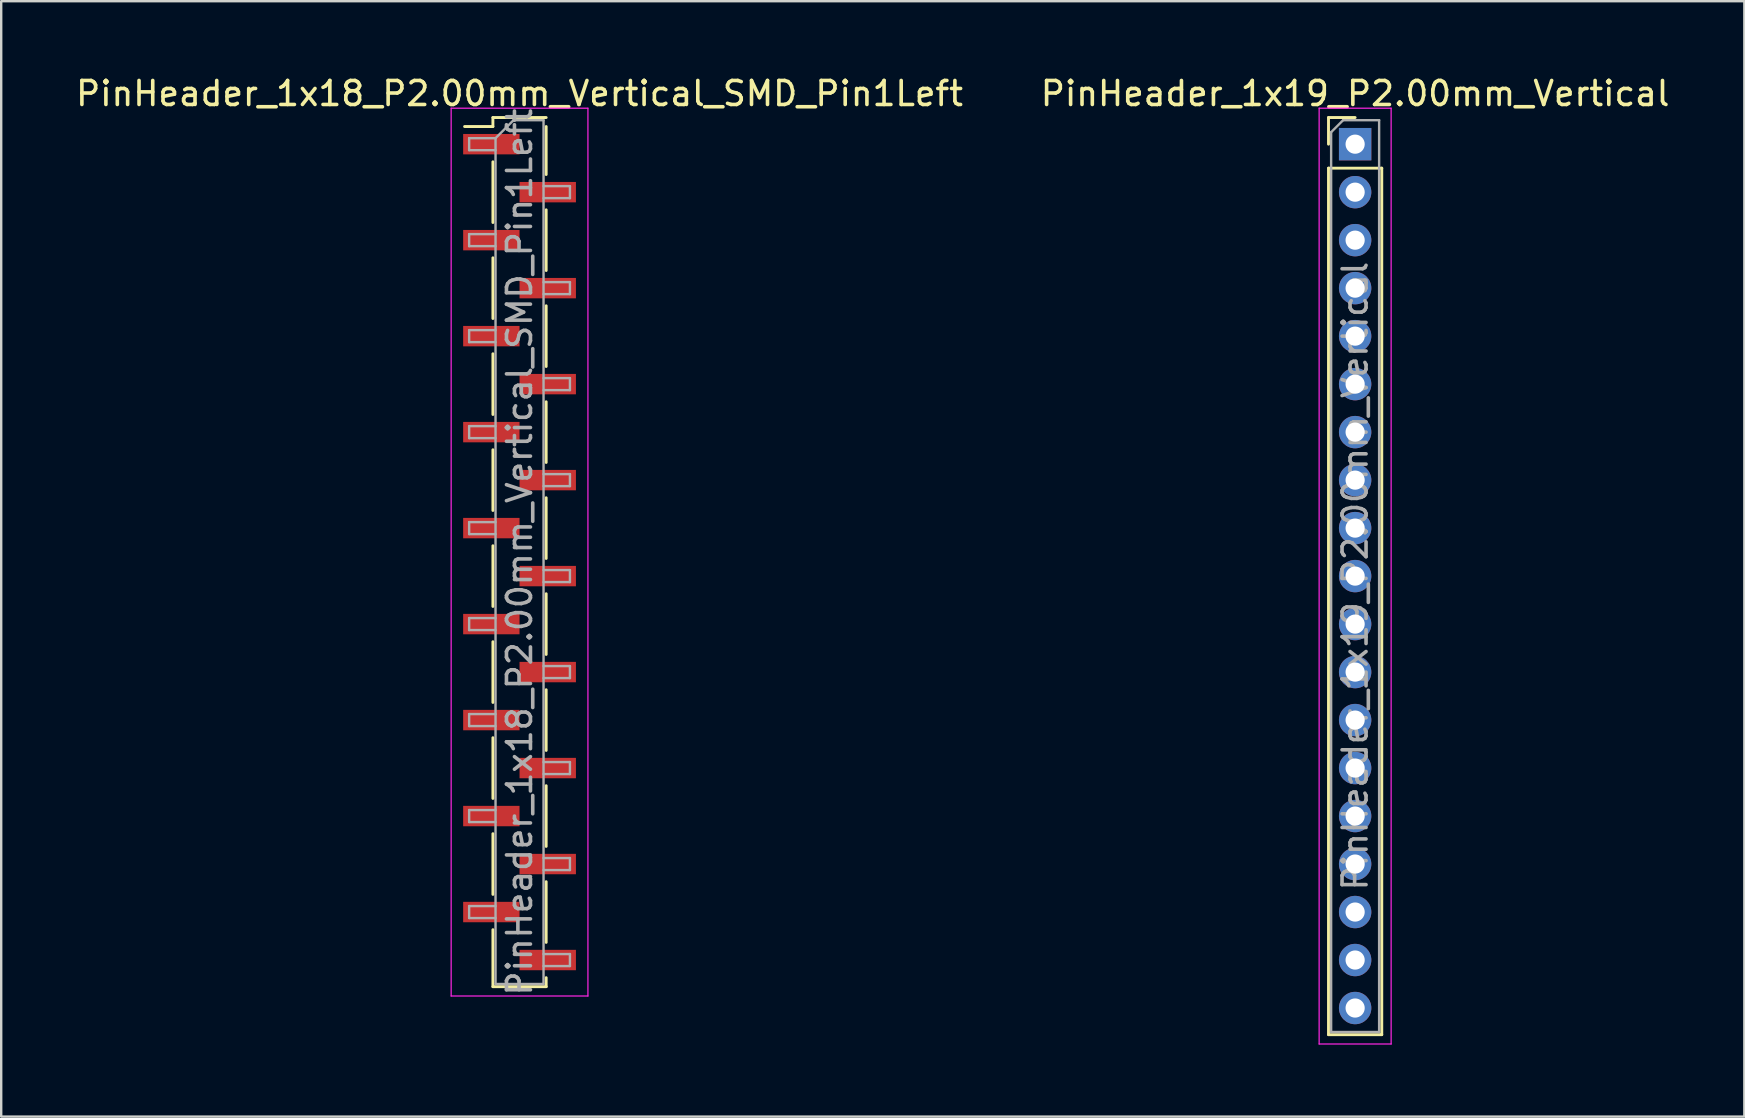
<source format=kicad_pcb>
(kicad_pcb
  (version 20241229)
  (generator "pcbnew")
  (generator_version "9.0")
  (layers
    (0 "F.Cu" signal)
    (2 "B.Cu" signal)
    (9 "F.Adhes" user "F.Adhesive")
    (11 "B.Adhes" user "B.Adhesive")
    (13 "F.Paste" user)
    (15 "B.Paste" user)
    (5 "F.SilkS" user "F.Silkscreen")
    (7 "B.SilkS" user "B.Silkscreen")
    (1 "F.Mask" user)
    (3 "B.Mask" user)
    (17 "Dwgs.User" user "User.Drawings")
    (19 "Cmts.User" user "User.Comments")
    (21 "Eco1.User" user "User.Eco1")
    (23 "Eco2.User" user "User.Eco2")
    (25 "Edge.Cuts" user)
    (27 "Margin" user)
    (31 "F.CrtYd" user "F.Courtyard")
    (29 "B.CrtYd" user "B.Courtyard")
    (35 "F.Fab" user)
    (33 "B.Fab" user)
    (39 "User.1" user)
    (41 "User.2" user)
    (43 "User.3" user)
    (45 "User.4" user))
  (footprint "PinHeader_1x18_P2.00mm_Vertical_SMD_Pin1Left"
    (layer "F.Cu")
    (at 18.601 19.958)
    (property "Reference" "PinHeader_1x18_P2.00mm_Vertical_SMD_Pin1Left" (at 0 -19.11 0) (layer "F.SilkS") (effects (font (size 1 1) (thickness 0.15))))
    (attr smd)
    (fp_line (start -1.11 -18.11) (end -1.11 -17.735) (stroke (width 0.12) (type solid)) (layer "F.SilkS"))
    (fp_line (start -1.11 -18.11) (end 1.11 -18.11) (stroke (width 0.12) (type solid)) (layer "F.SilkS"))
    (fp_line (start -1.11 -17.735) (end -2.29 -17.735) (stroke (width 0.12) (type solid)) (layer "F.SilkS"))
    (fp_line (start -1.11 -16.265) (end -1.11 -13.735) (stroke (width 0.12) (type solid)) (layer "F.SilkS"))
    (fp_line (start -1.11 -12.265) (end -1.11 -9.735) (stroke (width 0.12) (type solid)) (layer "F.SilkS"))
    (fp_line (start -1.11 -8.265) (end -1.11 -5.735) (stroke (width 0.12) (type solid)) (layer "F.SilkS"))
    (fp_line (start -1.11 -4.265) (end -1.11 -1.735) (stroke (width 0.12) (type solid)) (layer "F.SilkS"))
    (fp_line (start -1.11 -0.265) (end -1.11 2.265) (stroke (width 0.12) (type solid)) (layer "F.SilkS"))
    (fp_line (start -1.11 3.735) (end -1.11 6.265) (stroke (width 0.12) (type solid)) (layer "F.SilkS"))
    (fp_line (start -1.11 7.735) (end -1.11 10.265) (stroke (width 0.12) (type solid)) (layer "F.SilkS"))
    (fp_line (start -1.11 11.735) (end -1.11 14.265) (stroke (width 0.12) (type solid)) (layer "F.SilkS"))
    (fp_line (start -1.11 15.735) (end -1.11 18.11) (stroke (width 0.12) (type solid)) (layer "F.SilkS"))
    (fp_line (start -1.11 18.11) (end 1.11 18.11) (stroke (width 0.12) (type solid)) (layer "F.SilkS"))
    (fp_line (start 1.11 -17.735) (end 1.11 -15.735) (stroke (width 0.12) (type solid)) (layer "F.SilkS"))
    (fp_line (start 1.11 -14.265) (end 1.11 -11.735) (stroke (width 0.12) (type solid)) (layer "F.SilkS"))
    (fp_line (start 1.11 -10.265) (end 1.11 -7.735) (stroke (width 0.12) (type solid)) (layer "F.SilkS"))
    (fp_line (start 1.11 -6.265) (end 1.11 -3.735) (stroke (width 0.12) (type solid)) (layer "F.SilkS"))
    (fp_line (start 1.11 -2.265) (end 1.11 0.265) (stroke (width 0.12) (type solid)) (layer "F.SilkS"))
    (fp_line (start 1.11 1.735) (end 1.11 4.265) (stroke (width 0.12) (type solid)) (layer "F.SilkS"))
    (fp_line (start 1.11 5.735) (end 1.11 8.265) (stroke (width 0.12) (type solid)) (layer "F.SilkS"))
    (fp_line (start 1.11 9.735) (end 1.11 12.265) (stroke (width 0.12) (type solid)) (layer "F.SilkS"))
    (fp_line (start 1.11 13.735) (end 1.11 16.265) (stroke (width 0.12) (type solid)) (layer "F.SilkS"))
    (fp_line (start 1.11 17.735) (end 1.11 18.11) (stroke (width 0.12) (type solid)) (layer "F.SilkS"))
    (fp_line (start -2.85 -18.5) (end -2.85 18.5) (stroke (width 0.05) (type solid)) (layer "F.CrtYd"))
    (fp_line (start -2.85 18.5) (end 2.85 18.5) (stroke (width 0.05) (type solid)) (layer "F.CrtYd"))
    (fp_line (start 2.85 -18.5) (end -2.85 -18.5) (stroke (width 0.05) (type solid)) (layer "F.CrtYd"))
    (fp_line (start 2.85 18.5) (end 2.85 -18.5) (stroke (width 0.05) (type solid)) (layer "F.CrtYd"))
    (fp_line (start -2.1 -17.25) (end -2.1 -16.75) (stroke (width 0.1) (type solid)) (layer "F.Fab"))
    (fp_line (start -2.1 -16.75) (end -1 -16.75) (stroke (width 0.1) (type solid)) (layer "F.Fab"))
    (fp_line (start -2.1 -13.25) (end -2.1 -12.75) (stroke (width 0.1) (type solid)) (layer "F.Fab"))
    (fp_line (start -2.1 -12.75) (end -1 -12.75) (stroke (width 0.1) (type solid)) (layer "F.Fab"))
    (fp_line (start -2.1 -9.25) (end -2.1 -8.75) (stroke (width 0.1) (type solid)) (layer "F.Fab"))
    (fp_line (start -2.1 -8.75) (end -1 -8.75) (stroke (width 0.1) (type solid)) (layer "F.Fab"))
    (fp_line (start -2.1 -5.25) (end -2.1 -4.75) (stroke (width 0.1) (type solid)) (layer "F.Fab"))
    (fp_line (start -2.1 -4.75) (end -1 -4.75) (stroke (width 0.1) (type solid)) (layer "F.Fab"))
    (fp_line (start -2.1 -1.25) (end -2.1 -0.75) (stroke (width 0.1) (type solid)) (layer "F.Fab"))
    (fp_line (start -2.1 -0.75) (end -1 -0.75) (stroke (width 0.1) (type solid)) (layer "F.Fab"))
    (fp_line (start -2.1 2.75) (end -2.1 3.25) (stroke (width 0.1) (type solid)) (layer "F.Fab"))
    (fp_line (start -2.1 3.25) (end -1 3.25) (stroke (width 0.1) (type solid)) (layer "F.Fab"))
    (fp_line (start -2.1 6.75) (end -2.1 7.25) (stroke (width 0.1) (type solid)) (layer "F.Fab"))
    (fp_line (start -2.1 7.25) (end -1 7.25) (stroke (width 0.1) (type solid)) (layer "F.Fab"))
    (fp_line (start -2.1 10.75) (end -2.1 11.25) (stroke (width 0.1) (type solid)) (layer "F.Fab"))
    (fp_line (start -2.1 11.25) (end -1 11.25) (stroke (width 0.1) (type solid)) (layer "F.Fab"))
    (fp_line (start -2.1 14.75) (end -2.1 15.25) (stroke (width 0.1) (type solid)) (layer "F.Fab"))
    (fp_line (start -2.1 15.25) (end -1 15.25) (stroke (width 0.1) (type solid)) (layer "F.Fab"))
    (fp_line (start -1 -17.25) (end -2.1 -17.25) (stroke (width 0.1) (type solid)) (layer "F.Fab"))
    (fp_line (start -1 -17.25) (end -0.25 -18) (stroke (width 0.1) (type solid)) (layer "F.Fab"))
    (fp_line (start -1 -13.25) (end -2.1 -13.25) (stroke (width 0.1) (type solid)) (layer "F.Fab"))
    (fp_line (start -1 -9.25) (end -2.1 -9.25) (stroke (width 0.1) (type solid)) (layer "F.Fab"))
    (fp_line (start -1 -5.25) (end -2.1 -5.25) (stroke (width 0.1) (type solid)) (layer "F.Fab"))
    (fp_line (start -1 -1.25) (end -2.1 -1.25) (stroke (width 0.1) (type solid)) (layer "F.Fab"))
    (fp_line (start -1 2.75) (end -2.1 2.75) (stroke (width 0.1) (type solid)) (layer "F.Fab"))
    (fp_line (start -1 6.75) (end -2.1 6.75) (stroke (width 0.1) (type solid)) (layer "F.Fab"))
    (fp_line (start -1 10.75) (end -2.1 10.75) (stroke (width 0.1) (type solid)) (layer "F.Fab"))
    (fp_line (start -1 14.75) (end -2.1 14.75) (stroke (width 0.1) (type solid)) (layer "F.Fab"))
    (fp_line (start -1 18) (end -1 -17.25) (stroke (width 0.1) (type solid)) (layer "F.Fab"))
    (fp_line (start -0.25 -18) (end 1 -18) (stroke (width 0.1) (type solid)) (layer "F.Fab"))
    (fp_line (start 1 -18) (end 1 18) (stroke (width 0.1) (type solid)) (layer "F.Fab"))
    (fp_line (start 1 -15.25) (end 2.1 -15.25) (stroke (width 0.1) (type solid)) (layer "F.Fab"))
    (fp_line (start 1 -11.25) (end 2.1 -11.25) (stroke (width 0.1) (type solid)) (layer "F.Fab"))
    (fp_line (start 1 -7.25) (end 2.1 -7.25) (stroke (width 0.1) (type solid)) (layer "F.Fab"))
    (fp_line (start 1 -3.25) (end 2.1 -3.25) (stroke (width 0.1) (type solid)) (layer "F.Fab"))
    (fp_line (start 1 0.75) (end 2.1 0.75) (stroke (width 0.1) (type solid)) (layer "F.Fab"))
    (fp_line (start 1 4.75) (end 2.1 4.75) (stroke (width 0.1) (type solid)) (layer "F.Fab"))
    (fp_line (start 1 8.75) (end 2.1 8.75) (stroke (width 0.1) (type solid)) (layer "F.Fab"))
    (fp_line (start 1 12.75) (end 2.1 12.75) (stroke (width 0.1) (type solid)) (layer "F.Fab"))
    (fp_line (start 1 16.75) (end 2.1 16.75) (stroke (width 0.1) (type solid)) (layer "F.Fab"))
    (fp_line (start 1 18) (end -1 18) (stroke (width 0.1) (type solid)) (layer "F.Fab"))
    (fp_line (start 2.1 -15.25) (end 2.1 -14.75) (stroke (width 0.1) (type solid)) (layer "F.Fab"))
    (fp_line (start 2.1 -14.75) (end 1 -14.75) (stroke (width 0.1) (type solid)) (layer "F.Fab"))
    (fp_line (start 2.1 -11.25) (end 2.1 -10.75) (stroke (width 0.1) (type solid)) (layer "F.Fab"))
    (fp_line (start 2.1 -10.75) (end 1 -10.75) (stroke (width 0.1) (type solid)) (layer "F.Fab"))
    (fp_line (start 2.1 -7.25) (end 2.1 -6.75) (stroke (width 0.1) (type solid)) (layer "F.Fab"))
    (fp_line (start 2.1 -6.75) (end 1 -6.75) (stroke (width 0.1) (type solid)) (layer "F.Fab"))
    (fp_line (start 2.1 -3.25) (end 2.1 -2.75) (stroke (width 0.1) (type solid)) (layer "F.Fab"))
    (fp_line (start 2.1 -2.75) (end 1 -2.75) (stroke (width 0.1) (type solid)) (layer "F.Fab"))
    (fp_line (start 2.1 0.75) (end 2.1 1.25) (stroke (width 0.1) (type solid)) (layer "F.Fab"))
    (fp_line (start 2.1 1.25) (end 1 1.25) (stroke (width 0.1) (type solid)) (layer "F.Fab"))
    (fp_line (start 2.1 4.75) (end 2.1 5.25) (stroke (width 0.1) (type solid)) (layer "F.Fab"))
    (fp_line (start 2.1 5.25) (end 1 5.25) (stroke (width 0.1) (type solid)) (layer "F.Fab"))
    (fp_line (start 2.1 8.75) (end 2.1 9.25) (stroke (width 0.1) (type solid)) (layer "F.Fab"))
    (fp_line (start 2.1 9.25) (end 1 9.25) (stroke (width 0.1) (type solid)) (layer "F.Fab"))
    (fp_line (start 2.1 12.75) (end 2.1 13.25) (stroke (width 0.1) (type solid)) (layer "F.Fab"))
    (fp_line (start 2.1 13.25) (end 1 13.25) (stroke (width 0.1) (type solid)) (layer "F.Fab"))
    (fp_line (start 2.1 16.75) (end 2.1 17.25) (stroke (width 0.1) (type solid)) (layer "F.Fab"))
    (fp_line (start 2.1 17.25) (end 1 17.25) (stroke (width 0.1) (type solid)) (layer "F.Fab"))
    (fp_text user "${REFERENCE}" (at 0 0 90) (layer "F.Fab") (effects (font (size 1 1) (thickness 0.15))))
    (pad "1" smd rect (at -1.175 -17) (size 2.35 0.85) (layers "F.Cu" "F.Mask" "F.Paste"))
    (pad "2" smd rect (at 1.175 -15) (size 2.35 0.85) (layers "F.Cu" "F.Mask" "F.Paste"))
    (pad "3" smd rect (at -1.175 -13) (size 2.35 0.85) (layers "F.Cu" "F.Mask" "F.Paste"))
    (pad "4" smd rect (at 1.175 -11) (size 2.35 0.85) (layers "F.Cu" "F.Mask" "F.Paste"))
    (pad "5" smd rect (at -1.175 -9) (size 2.35 0.85) (layers "F.Cu" "F.Mask" "F.Paste"))
    (pad "6" smd rect (at 1.175 -7) (size 2.35 0.85) (layers "F.Cu" "F.Mask" "F.Paste"))
    (pad "7" smd rect (at -1.175 -5) (size 2.35 0.85) (layers "F.Cu" "F.Mask" "F.Paste"))
    (pad "8" smd rect (at 1.175 -3) (size 2.35 0.85) (layers "F.Cu" "F.Mask" "F.Paste"))
    (pad "9" smd rect (at -1.175 -1) (size 2.35 0.85) (layers "F.Cu" "F.Mask" "F.Paste"))
    (pad "10" smd rect (at 1.175 1) (size 2.35 0.85) (layers "F.Cu" "F.Mask" "F.Paste"))
    (pad "11" smd rect (at -1.175 3) (size 2.35 0.85) (layers "F.Cu" "F.Mask" "F.Paste"))
    (pad "12" smd rect (at 1.175 5) (size 2.35 0.85) (layers "F.Cu" "F.Mask" "F.Paste"))
    (pad "13" smd rect (at -1.175 7) (size 2.35 0.85) (layers "F.Cu" "F.Mask" "F.Paste"))
    (pad "14" smd rect (at 1.175 9) (size 2.35 0.85) (layers "F.Cu" "F.Mask" "F.Paste"))
    (pad "15" smd rect (at -1.175 11) (size 2.35 0.85) (layers "F.Cu" "F.Mask" "F.Paste"))
    (pad "16" smd rect (at 1.175 13) (size 2.35 0.85) (layers "F.Cu" "F.Mask" "F.Paste"))
    (pad "17" smd rect (at -1.175 15) (size 2.35 0.85) (layers "F.Cu" "F.Mask" "F.Paste"))
    (pad "18" smd rect (at 1.175 17) (size 2.35 0.85) (layers "F.Cu" "F.Mask" "F.Paste")))
  (footprint "PinHeader_1x19_P2.00mm_Vertical"
    (layer "F.Cu")
    (at 53.423 2.958)
    (property "Reference" "PinHeader_1x19_P2.00mm_Vertical" (at 0 -2.11 0) (layer "F.SilkS") (effects (font (size 1 1) (thickness 0.15))))
    (attr through_hole)
    (fp_line (start -1.11 -1.11) (end 0 -1.11) (stroke (width 0.12) (type solid)) (layer "F.SilkS"))
    (fp_line (start -1.11 0) (end -1.11 -1.11) (stroke (width 0.12) (type solid)) (layer "F.SilkS"))
    (fp_line (start -1.11 1) (end -1.11 37.11) (stroke (width 0.12) (type solid)) (layer "F.SilkS"))
    (fp_line (start -1.11 1) (end 1.11 1) (stroke (width 0.12) (type solid)) (layer "F.SilkS"))
    (fp_line (start -1.11 37.11) (end 1.11 37.11) (stroke (width 0.12) (type solid)) (layer "F.SilkS"))
    (fp_line (start 1.11 1) (end 1.11 37.11) (stroke (width 0.12) (type solid)) (layer "F.SilkS"))
    (fp_line (start -1.5 -1.5) (end -1.5 37.5) (stroke (width 0.05) (type solid)) (layer "F.CrtYd"))
    (fp_line (start -1.5 37.5) (end 1.5 37.5) (stroke (width 0.05) (type solid)) (layer "F.CrtYd"))
    (fp_line (start 1.5 -1.5) (end -1.5 -1.5) (stroke (width 0.05) (type solid)) (layer "F.CrtYd"))
    (fp_line (start 1.5 37.5) (end 1.5 -1.5) (stroke (width 0.05) (type solid)) (layer "F.CrtYd"))
    (fp_line (start -1 -0.5) (end -0.5 -1) (stroke (width 0.1) (type solid)) (layer "F.Fab"))
    (fp_line (start -1 37) (end -1 -0.5) (stroke (width 0.1) (type solid)) (layer "F.Fab"))
    (fp_line (start -0.5 -1) (end 1 -1) (stroke (width 0.1) (type solid)) (layer "F.Fab"))
    (fp_line (start 1 -1) (end 1 37) (stroke (width 0.1) (type solid)) (layer "F.Fab"))
    (fp_line (start 1 37) (end -1 37) (stroke (width 0.1) (type solid)) (layer "F.Fab"))
    (fp_text user "${REFERENCE}" (at 0 18 90) (layer "F.Fab") (effects (font (size 1 1) (thickness 0.15))))
    (pad "1" thru_hole rect (at 0 0) (size 1.35 1.35) (drill 0.8) (layers "*.Cu" "*.Mask"))
    (pad "2" thru_hole circle (at 0 2) (size 1.35 1.35) (drill 0.8) (layers "*.Cu" "*.Mask"))
    (pad "3" thru_hole circle (at 0 4) (size 1.35 1.35) (drill 0.8) (layers "*.Cu" "*.Mask"))
    (pad "4" thru_hole circle (at 0 6) (size 1.35 1.35) (drill 0.8) (layers "*.Cu" "*.Mask"))
    (pad "5" thru_hole circle (at 0 8) (size 1.35 1.35) (drill 0.8) (layers "*.Cu" "*.Mask"))
    (pad "6" thru_hole circle (at 0 10) (size 1.35 1.35) (drill 0.8) (layers "*.Cu" "*.Mask"))
    (pad "7" thru_hole circle (at 0 12) (size 1.35 1.35) (drill 0.8) (layers "*.Cu" "*.Mask"))
    (pad "8" thru_hole circle (at 0 14) (size 1.35 1.35) (drill 0.8) (layers "*.Cu" "*.Mask"))
    (pad "9" thru_hole circle (at 0 16) (size 1.35 1.35) (drill 0.8) (layers "*.Cu" "*.Mask"))
    (pad "10" thru_hole circle (at 0 18) (size 1.35 1.35) (drill 0.8) (layers "*.Cu" "*.Mask"))
    (pad "11" thru_hole circle (at 0 20) (size 1.35 1.35) (drill 0.8) (layers "*.Cu" "*.Mask"))
    (pad "12" thru_hole circle (at 0 22) (size 1.35 1.35) (drill 0.8) (layers "*.Cu" "*.Mask"))
    (pad "13" thru_hole circle (at 0 24) (size 1.35 1.35) (drill 0.8) (layers "*.Cu" "*.Mask"))
    (pad "14" thru_hole circle (at 0 26) (size 1.35 1.35) (drill 0.8) (layers "*.Cu" "*.Mask"))
    (pad "15" thru_hole circle (at 0 28) (size 1.35 1.35) (drill 0.8) (layers "*.Cu" "*.Mask"))
    (pad "16" thru_hole circle (at 0 30) (size 1.35 1.35) (drill 0.8) (layers "*.Cu" "*.Mask"))
    (pad "17" thru_hole circle (at 0 32) (size 1.35 1.35) (drill 0.8) (layers "*.Cu" "*.Mask"))
    (pad "18" thru_hole circle (at 0 34) (size 1.35 1.35) (drill 0.8) (layers "*.Cu" "*.Mask"))
    (pad "19" thru_hole circle (at 0 36) (size 1.35 1.35) (drill 0.8) (layers "*.Cu" "*.Mask")))
  (gr_rect
    (start -3 -3)
    (end 69.643 43.483)
    (stroke (width 0.1) (type default))
    (fill no)
    (layer "Edge.Cuts")))
</source>
